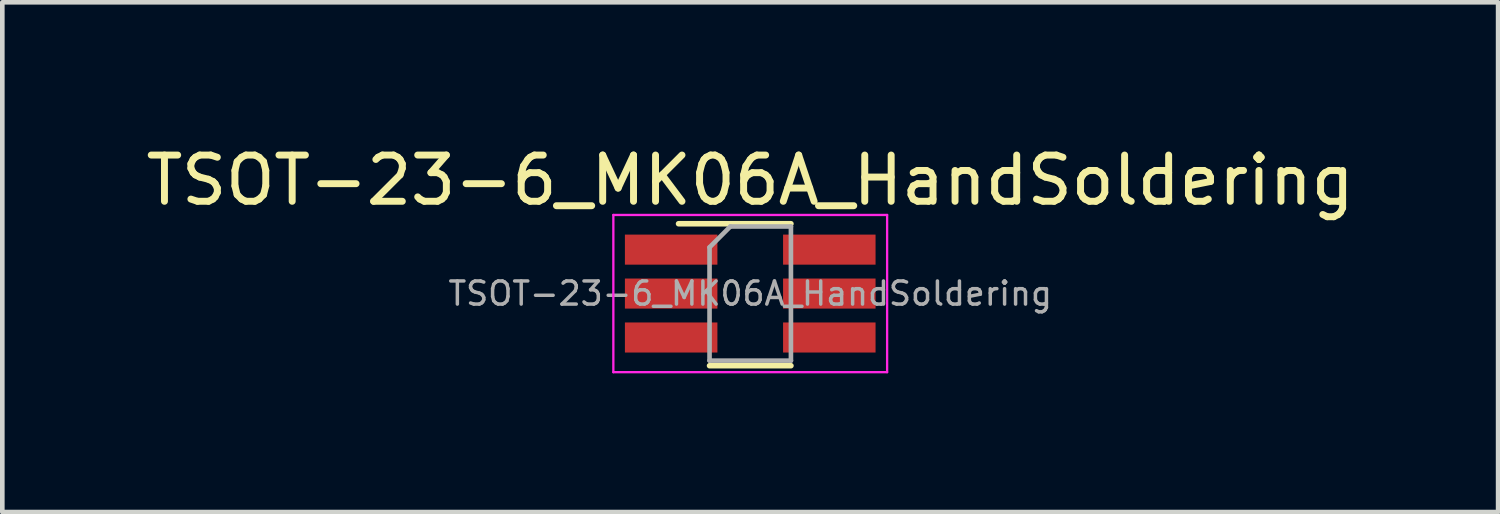
<source format=kicad_pcb>
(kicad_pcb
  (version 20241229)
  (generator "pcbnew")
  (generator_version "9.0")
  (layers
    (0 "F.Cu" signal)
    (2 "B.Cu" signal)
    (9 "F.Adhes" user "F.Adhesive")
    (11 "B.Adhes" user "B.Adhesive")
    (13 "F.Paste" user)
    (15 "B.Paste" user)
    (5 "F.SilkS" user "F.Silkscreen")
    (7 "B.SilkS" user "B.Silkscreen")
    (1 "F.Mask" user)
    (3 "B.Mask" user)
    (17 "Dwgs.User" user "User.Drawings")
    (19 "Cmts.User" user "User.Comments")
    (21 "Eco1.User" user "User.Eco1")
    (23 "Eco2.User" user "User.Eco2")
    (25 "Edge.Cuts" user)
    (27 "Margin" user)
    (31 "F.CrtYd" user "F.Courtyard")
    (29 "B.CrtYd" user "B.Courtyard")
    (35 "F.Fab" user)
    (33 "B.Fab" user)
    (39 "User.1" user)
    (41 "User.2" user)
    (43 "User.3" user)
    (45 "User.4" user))
  (footprint "TSOT-23-6_MK06A_HandSoldering"
    (layer "F.Cu")
    (at 13.173 3.298)
    (property "Reference" "TSOT-23-6_MK06A_HandSoldering" (at 0 -2.45 0) (layer "F.SilkS") (effects (font (size 1 1) (thickness 0.15))))
    (attr smd)
    (fp_line (start -0.88 1.56) (end 0.88 1.56) (stroke (width 0.12) (type solid)) (layer "F.SilkS"))
    (fp_line (start 0.88 -1.51) (end -1.55 -1.51) (stroke (width 0.12) (type solid)) (layer "F.SilkS"))
    (fp_line (start -2.96 -1.7) (end -2.96 1.7) (stroke (width 0.05) (type solid)) (layer "F.CrtYd"))
    (fp_line (start -2.96 -1.7) (end 2.96 -1.7) (stroke (width 0.05) (type solid)) (layer "F.CrtYd"))
    (fp_line (start 2.96 1.7) (end -2.96 1.7) (stroke (width 0.05) (type solid)) (layer "F.CrtYd"))
    (fp_line (start 2.96 1.7) (end 2.96 -1.7) (stroke (width 0.05) (type solid)) (layer "F.CrtYd"))
    (fp_line (start -0.88 -1) (end -0.88 1.45) (stroke (width 0.1) (type solid)) (layer "F.Fab"))
    (fp_line (start -0.88 -1) (end -0.43 -1.45) (stroke (width 0.1) (type solid)) (layer "F.Fab"))
    (fp_line (start 0.88 -1.45) (end -0.43 -1.45) (stroke (width 0.1) (type solid)) (layer "F.Fab"))
    (fp_line (start 0.88 -1.45) (end 0.88 1.45) (stroke (width 0.1) (type solid)) (layer "F.Fab"))
    (fp_line (start 0.88 1.45) (end -0.88 1.45) (stroke (width 0.1) (type solid)) (layer "F.Fab"))
    (fp_text user "${REFERENCE}" (at 0 0 0) (layer "F.Fab") (effects (font (size 0.5 0.5) (thickness 0.075))))
    (pad "1" smd rect (at -1.71 -0.95) (size 2 0.65) (layers "F.Cu" "F.Mask" "F.Paste"))
    (pad "1" smd rect (at -1.71 0) (size 2 0.65) (layers "F.Cu" "F.Mask" "F.Paste"))
    (pad "1" smd rect (at 1.71 -0.95) (size 2 0.65) (layers "F.Cu" "F.Mask" "F.Paste"))
    (pad "1" smd rect (at 1.71 0) (size 2 0.65) (layers "F.Cu" "F.Mask" "F.Paste"))
    (pad "2" smd rect (at -1.71 0.95) (size 2 0.65) (layers "F.Cu" "F.Mask" "F.Paste"))
    (pad "3" smd rect (at 1.71 0.95) (size 2 0.65) (layers "F.Cu" "F.Mask" "F.Paste")))
  (gr_rect
    (start -3 -3)
    (end 29.345 8.023)
    (stroke (width 0.1) (type default))
    (fill no)
    (layer "Edge.Cuts")))
</source>
